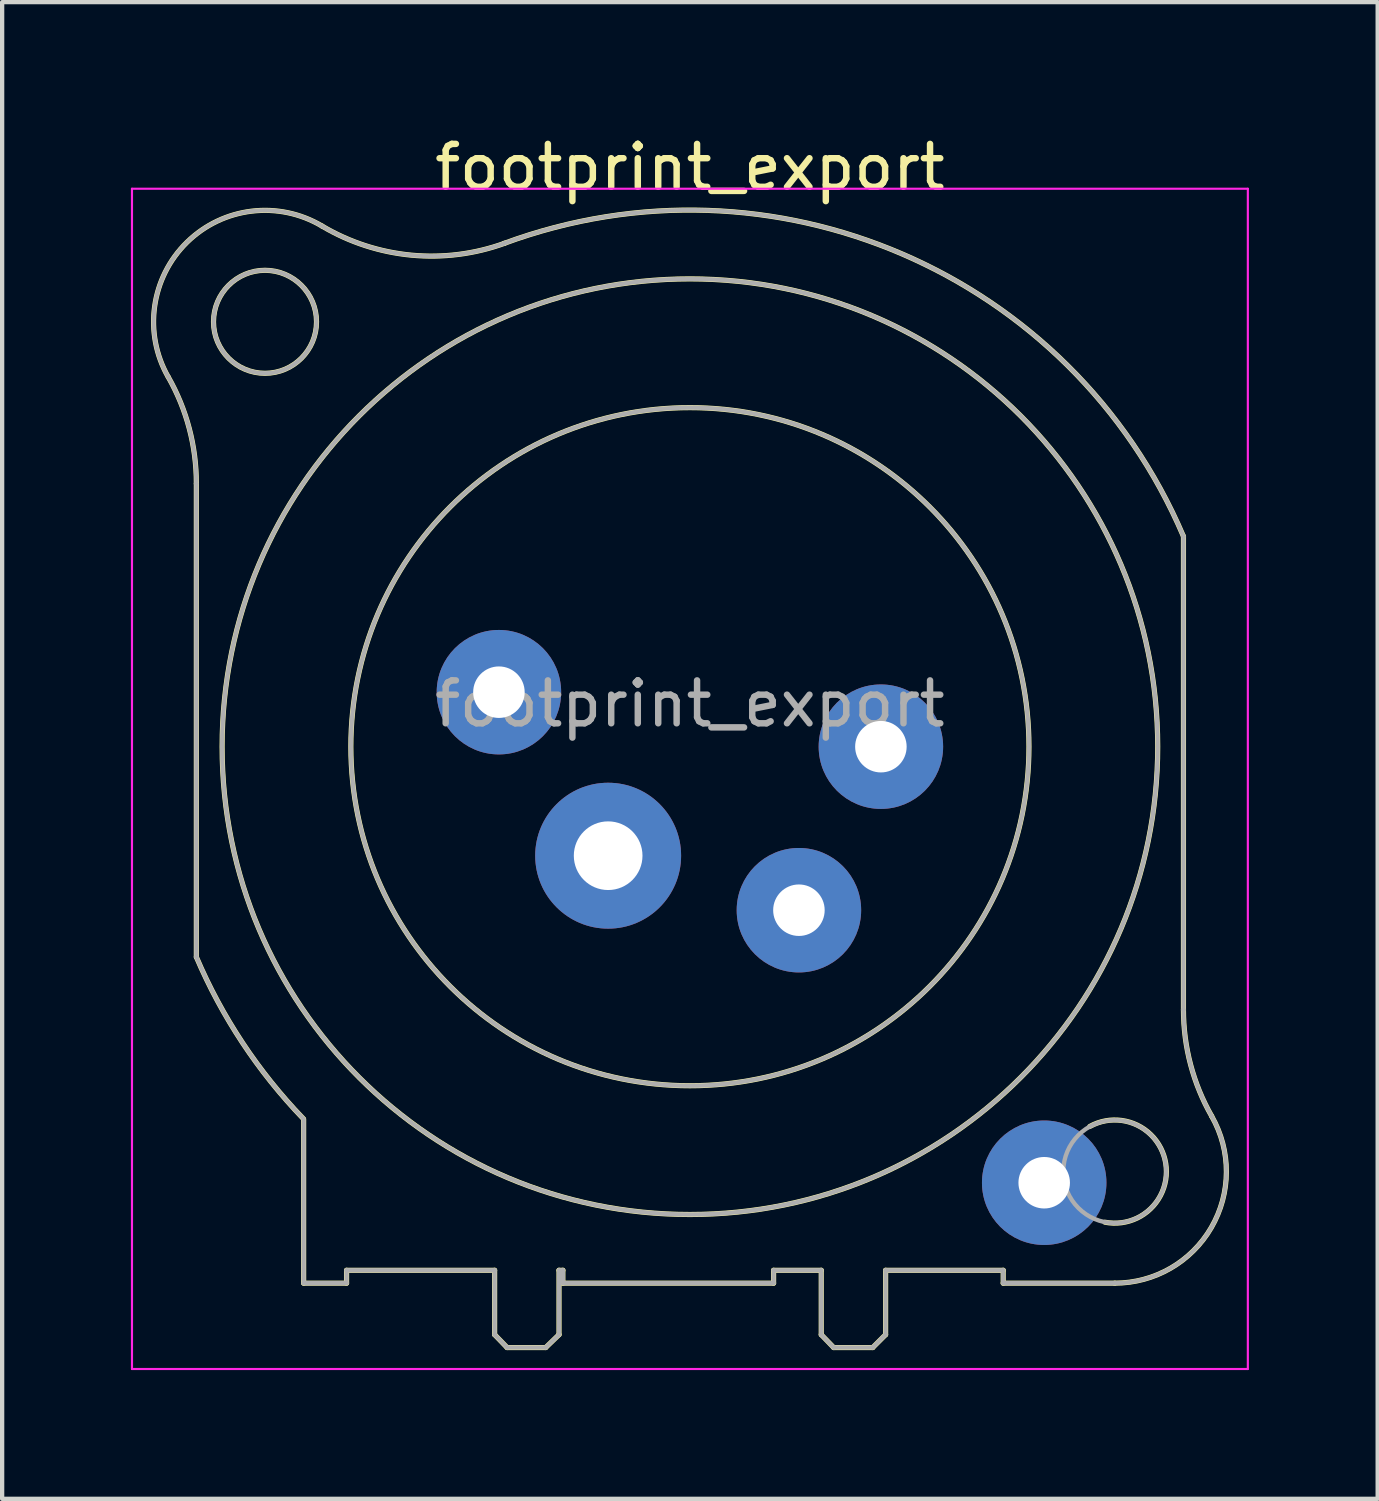
<source format=kicad_pcb>
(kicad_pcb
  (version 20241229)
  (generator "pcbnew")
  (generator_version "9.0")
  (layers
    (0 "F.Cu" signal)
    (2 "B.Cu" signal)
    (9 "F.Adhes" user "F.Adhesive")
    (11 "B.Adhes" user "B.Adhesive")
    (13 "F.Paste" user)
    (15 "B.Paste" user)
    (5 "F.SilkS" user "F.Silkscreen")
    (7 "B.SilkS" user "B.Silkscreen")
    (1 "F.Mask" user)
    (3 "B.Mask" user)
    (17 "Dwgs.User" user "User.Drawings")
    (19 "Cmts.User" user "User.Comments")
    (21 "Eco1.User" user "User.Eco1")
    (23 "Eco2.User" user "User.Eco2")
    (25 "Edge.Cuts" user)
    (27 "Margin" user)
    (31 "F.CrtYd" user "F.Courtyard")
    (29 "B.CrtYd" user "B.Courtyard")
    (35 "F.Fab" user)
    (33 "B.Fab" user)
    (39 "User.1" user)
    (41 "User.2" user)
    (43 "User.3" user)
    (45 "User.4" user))
  (footprint "footprint_export"
    (layer "F.Cu")
    (at 17.475 14.348)
    (property "Reference" "footprint_export" (at -4.45 -13.5 0) (layer "F.SilkS") (effects (font (size 1 1) (thickness 0.15))))
    (attr through_hole)
    (fp_line (start -15.95 -6.13) (end -15.95 4.9) (stroke (width 0.12) (type solid)) (layer "F.SilkS"))
    (fp_line (start -13.45 8.68) (end -13.45 12.5) (stroke (width 0.12) (type solid)) (layer "F.SilkS"))
    (fp_line (start -12.45 12.2) (end -12.45 12.5) (stroke (width 0.12) (type solid)) (layer "F.SilkS"))
    (fp_line (start -12.45 12.5) (end -13.45 12.5) (stroke (width 0.12) (type solid)) (layer "F.SilkS"))
    (fp_line (start -9 12.2) (end -12.45 12.2) (stroke (width 0.12) (type solid)) (layer "F.SilkS"))
    (fp_line (start -9 12.2) (end -9 13.7) (stroke (width 0.12) (type solid)) (layer "F.SilkS"))
    (fp_line (start -9 13.7) (end -8.71 14) (stroke (width 0.12) (type solid)) (layer "F.SilkS"))
    (fp_line (start -8.71 14) (end -7.81 14) (stroke (width 0.12) (type solid)) (layer "F.SilkS"))
    (fp_line (start -7.5 12.2) (end -7.5 13.7) (stroke (width 0.12) (type solid)) (layer "F.SilkS"))
    (fp_line (start -7.5 13.7) (end -7.81 14) (stroke (width 0.12) (type solid)) (layer "F.SilkS"))
    (fp_line (start -7.41 12.2) (end -7.5 12.2) (stroke (width 0.12) (type solid)) (layer "F.SilkS"))
    (fp_line (start -7.41 12.2) (end -7.41 12.5) (stroke (width 0.12) (type solid)) (layer "F.SilkS"))
    (fp_line (start -2.5 12.2) (end -2.5 12.5) (stroke (width 0.12) (type solid)) (layer "F.SilkS"))
    (fp_line (start -2.5 12.2) (end -1.39 12.2) (stroke (width 0.12) (type solid)) (layer "F.SilkS"))
    (fp_line (start -2.5 12.5) (end -7.41 12.5) (stroke (width 0.12) (type solid)) (layer "F.SilkS"))
    (fp_line (start -1.39 12.2) (end -1.39 13.7) (stroke (width 0.12) (type solid)) (layer "F.SilkS"))
    (fp_line (start -1.39 13.7) (end -1.1 14) (stroke (width 0.12) (type solid)) (layer "F.SilkS"))
    (fp_line (start -1.1 14) (end -0.19 14) (stroke (width 0.12) (type solid)) (layer "F.SilkS"))
    (fp_line (start 0.11 12.2) (end 0.11 13.7) (stroke (width 0.12) (type solid)) (layer "F.SilkS"))
    (fp_line (start 0.11 12.2) (end 2.85 12.2) (stroke (width 0.12) (type solid)) (layer "F.SilkS"))
    (fp_line (start 0.11 13.7) (end -0.19 14) (stroke (width 0.12) (type solid)) (layer "F.SilkS"))
    (fp_line (start 2.85 12.2) (end 2.85 12.5) (stroke (width 0.12) (type solid)) (layer "F.SilkS"))
    (fp_line (start 5.45 12.5) (end 2.85 12.5) (stroke (width 0.12) (type solid)) (layer "F.SilkS"))
    (fp_line (start 7.05 6.13) (end 7.05 -4.9) (stroke (width 0.12) (type solid)) (layer "F.SilkS"))
    (fp_arc (start -16.605678 -8.61403) (mid -16.167892 -11.753934) (end -13.02 -12.13) (stroke (width 0.12) (type solid)) (layer "F.SilkS"))
    (fp_arc (start -16.601888 -8.608607) (mid -16.114437 -7.411781) (end -15.95 -6.13) (stroke (width 0.12) (type solid)) (layer "F.SilkS"))
    (fp_arc (start -13.460471 8.664376) (mid -14.876528 6.89547) (end -15.95 4.9) (stroke (width 0.12) (type solid)) (layer "F.SilkS"))
    (fp_arc (start -8.782378 -11.725634) (mid 0.49884 -11.479067) (end 7.05 -4.9) (stroke (width 0.12) (type solid)) (layer "F.SilkS"))
    (fp_arc (start -8.765808 -11.730188) (mid -10.937772 -11.452682) (end -13.02 -12.13) (stroke (width 0.12) (type solid)) (layer "F.SilkS"))
    (fp_arc (start 4.867701 8.848226) (mid 6.637502 9.712546) (end 5.22 11.08) (stroke (width 0.12) (type solid)) (layer "F.SilkS"))
    (fp_arc (start 7.706842 8.607293) (mid 7.216999 7.411447) (end 7.05 6.13) (stroke (width 0.12) (type solid)) (layer "F.SilkS"))
    (fp_arc (start 7.708442 8.611807) (mid 7.698255 11.20589) (end 5.45 12.5) (stroke (width 0.12) (type solid)) (layer "F.SilkS"))
    (fp_circle (center -14.35 -9.9) (end -13.15 -9.9) (stroke (width 0.12) (type solid)) (fill no) (layer "F.SilkS"))
    (fp_circle (center -4.45 0) (end 3.45 0) (stroke (width 0.12) (type solid)) (fill no) (layer "F.SilkS"))
    (fp_circle (center -4.45 0) (end 6.45 0) (stroke (width 0.12) (type solid)) (fill no) (layer "F.SilkS"))
    (fp_line (start -17.45 -13) (end 8.55 -13) (stroke (width 0.05) (type solid)) (layer "F.CrtYd"))
    (fp_line (start -17.45 14.5) (end -17.45 -13) (stroke (width 0.05) (type solid)) (layer "F.CrtYd"))
    (fp_line (start 8.55 -13) (end 8.55 14.5) (stroke (width 0.05) (type solid)) (layer "F.CrtYd"))
    (fp_line (start 8.55 14.5) (end -17.45 14.5) (stroke (width 0.05) (type solid)) (layer "F.CrtYd"))
    (fp_line (start -15.95 -6.13) (end -15.95 4.9) (stroke (width 0.1) (type solid)) (layer "F.Fab"))
    (fp_line (start -13.45 8.68) (end -13.45 12.5) (stroke (width 0.1) (type solid)) (layer "F.Fab"))
    (fp_line (start -12.45 12.2) (end -12.45 12.5) (stroke (width 0.1) (type solid)) (layer "F.Fab"))
    (fp_line (start -12.45 12.5) (end -13.45 12.5) (stroke (width 0.1) (type solid)) (layer "F.Fab"))
    (fp_line (start -9 12.2) (end -12.45 12.2) (stroke (width 0.1) (type solid)) (layer "F.Fab"))
    (fp_line (start -9 12.2) (end -9 13.7) (stroke (width 0.1) (type solid)) (layer "F.Fab"))
    (fp_line (start -9 13.7) (end -8.71 14) (stroke (width 0.1) (type solid)) (layer "F.Fab"))
    (fp_line (start -8.71 14) (end -7.81 14) (stroke (width 0.1) (type solid)) (layer "F.Fab"))
    (fp_line (start -7.5 12.2) (end -7.5 13.7) (stroke (width 0.1) (type solid)) (layer "F.Fab"))
    (fp_line (start -7.5 13.7) (end -7.81 14) (stroke (width 0.1) (type solid)) (layer "F.Fab"))
    (fp_line (start -7.41 12.2) (end -7.5 12.2) (stroke (width 0.1) (type solid)) (layer "F.Fab"))
    (fp_line (start -7.41 12.2) (end -7.41 12.5) (stroke (width 0.1) (type solid)) (layer "F.Fab"))
    (fp_line (start -2.5 12.2) (end -2.5 12.5) (stroke (width 0.1) (type solid)) (layer "F.Fab"))
    (fp_line (start -2.5 12.2) (end -1.39 12.2) (stroke (width 0.1) (type solid)) (layer "F.Fab"))
    (fp_line (start -2.5 12.5) (end -7.41 12.5) (stroke (width 0.1) (type solid)) (layer "F.Fab"))
    (fp_line (start -1.39 12.2) (end -1.39 13.7) (stroke (width 0.1) (type solid)) (layer "F.Fab"))
    (fp_line (start -1.39 13.7) (end -1.1 14) (stroke (width 0.1) (type solid)) (layer "F.Fab"))
    (fp_line (start -1.1 14) (end -0.19 14) (stroke (width 0.1) (type solid)) (layer "F.Fab"))
    (fp_line (start 0.11 12.2) (end 0.11 13.7) (stroke (width 0.1) (type solid)) (layer "F.Fab"))
    (fp_line (start 0.11 12.2) (end 2.85 12.2) (stroke (width 0.1) (type solid)) (layer "F.Fab"))
    (fp_line (start 0.11 13.7) (end -0.19 14) (stroke (width 0.1) (type solid)) (layer "F.Fab"))
    (fp_line (start 2.85 12.2) (end 2.85 12.5) (stroke (width 0.1) (type solid)) (layer "F.Fab"))
    (fp_line (start 5.45 12.5) (end 2.85 12.5) (stroke (width 0.1) (type solid)) (layer "F.Fab"))
    (fp_line (start 7.05 6.13) (end 7.05 -4.9) (stroke (width 0.1) (type solid)) (layer "F.Fab"))
    (fp_arc (start -16.605678 -8.61403) (mid -16.167892 -11.753934) (end -13.02 -12.13) (stroke (width 0.1) (type solid)) (layer "F.Fab"))
    (fp_arc (start -16.601888 -8.608607) (mid -16.114437 -7.411781) (end -15.95 -6.13) (stroke (width 0.1) (type solid)) (layer "F.Fab"))
    (fp_arc (start -13.460471 8.664376) (mid -14.876528 6.89547) (end -15.95 4.9) (stroke (width 0.1) (type solid)) (layer "F.Fab"))
    (fp_arc (start -8.782378 -11.725634) (mid 0.49884 -11.479067) (end 7.05 -4.9) (stroke (width 0.1) (type solid)) (layer "F.Fab"))
    (fp_arc (start -8.765808 -11.730188) (mid -10.937772 -11.452682) (end -13.02 -12.13) (stroke (width 0.1) (type solid)) (layer "F.Fab"))
    (fp_arc (start 7.706842 8.607293) (mid 7.216999 7.411447) (end 7.05 6.13) (stroke (width 0.1) (type solid)) (layer "F.Fab"))
    (fp_arc (start 7.708442 8.611807) (mid 7.698255 11.20589) (end 5.45 12.5) (stroke (width 0.1) (type solid)) (layer "F.Fab"))
    (fp_circle (center -14.35 -9.9) (end -13.15 -9.9) (stroke (width 0.1) (type solid)) (fill no) (layer "F.Fab"))
    (fp_circle (center -4.45 0) (end 3.45 0) (stroke (width 0.1) (type solid)) (fill no) (layer "F.Fab"))
    (fp_circle (center -4.45 0) (end 6.45 0) (stroke (width 0.1) (type solid)) (fill no) (layer "F.Fab"))
    (fp_circle (center 5.45 9.9) (end 6.65 9.9) (stroke (width 0.1) (type solid)) (fill no) (layer "F.Fab"))
    (fp_text user "${REFERENCE}" (at -4.45 -1 0) (layer "F.Fab") (effects (font (size 1 1) (thickness 0.15))))
    (pad "1" thru_hole circle (at 0 0) (size 2.9 2.9) (drill 1.2) (layers "*.Cu" "*.Mask"))
    (pad "2" thru_hole circle (at -1.91 3.81) (size 2.9 2.9) (drill 1.2) (layers "*.Cu" "*.Mask"))
    (pad "3" thru_hole circle (at -6.355 2.54) (size 3.4 3.4) (drill 1.6) (layers "*.Cu" "*.Mask"))
    (pad "4" thru_hole circle (at -8.9 -1.27) (size 2.9 2.9) (drill 1.2) (layers "*.Cu" "*.Mask"))
    (pad "G" thru_hole circle (at 3.805 10.16) (size 2.9 2.9) (drill 1.2) (layers "*.Cu" "*.Mask")))
  (gr_rect
    (start -3 -3)
    (end 29.05 31.873)
    (stroke (width 0.1) (type default))
    (fill no)
    (layer "Edge.Cuts")))
</source>
